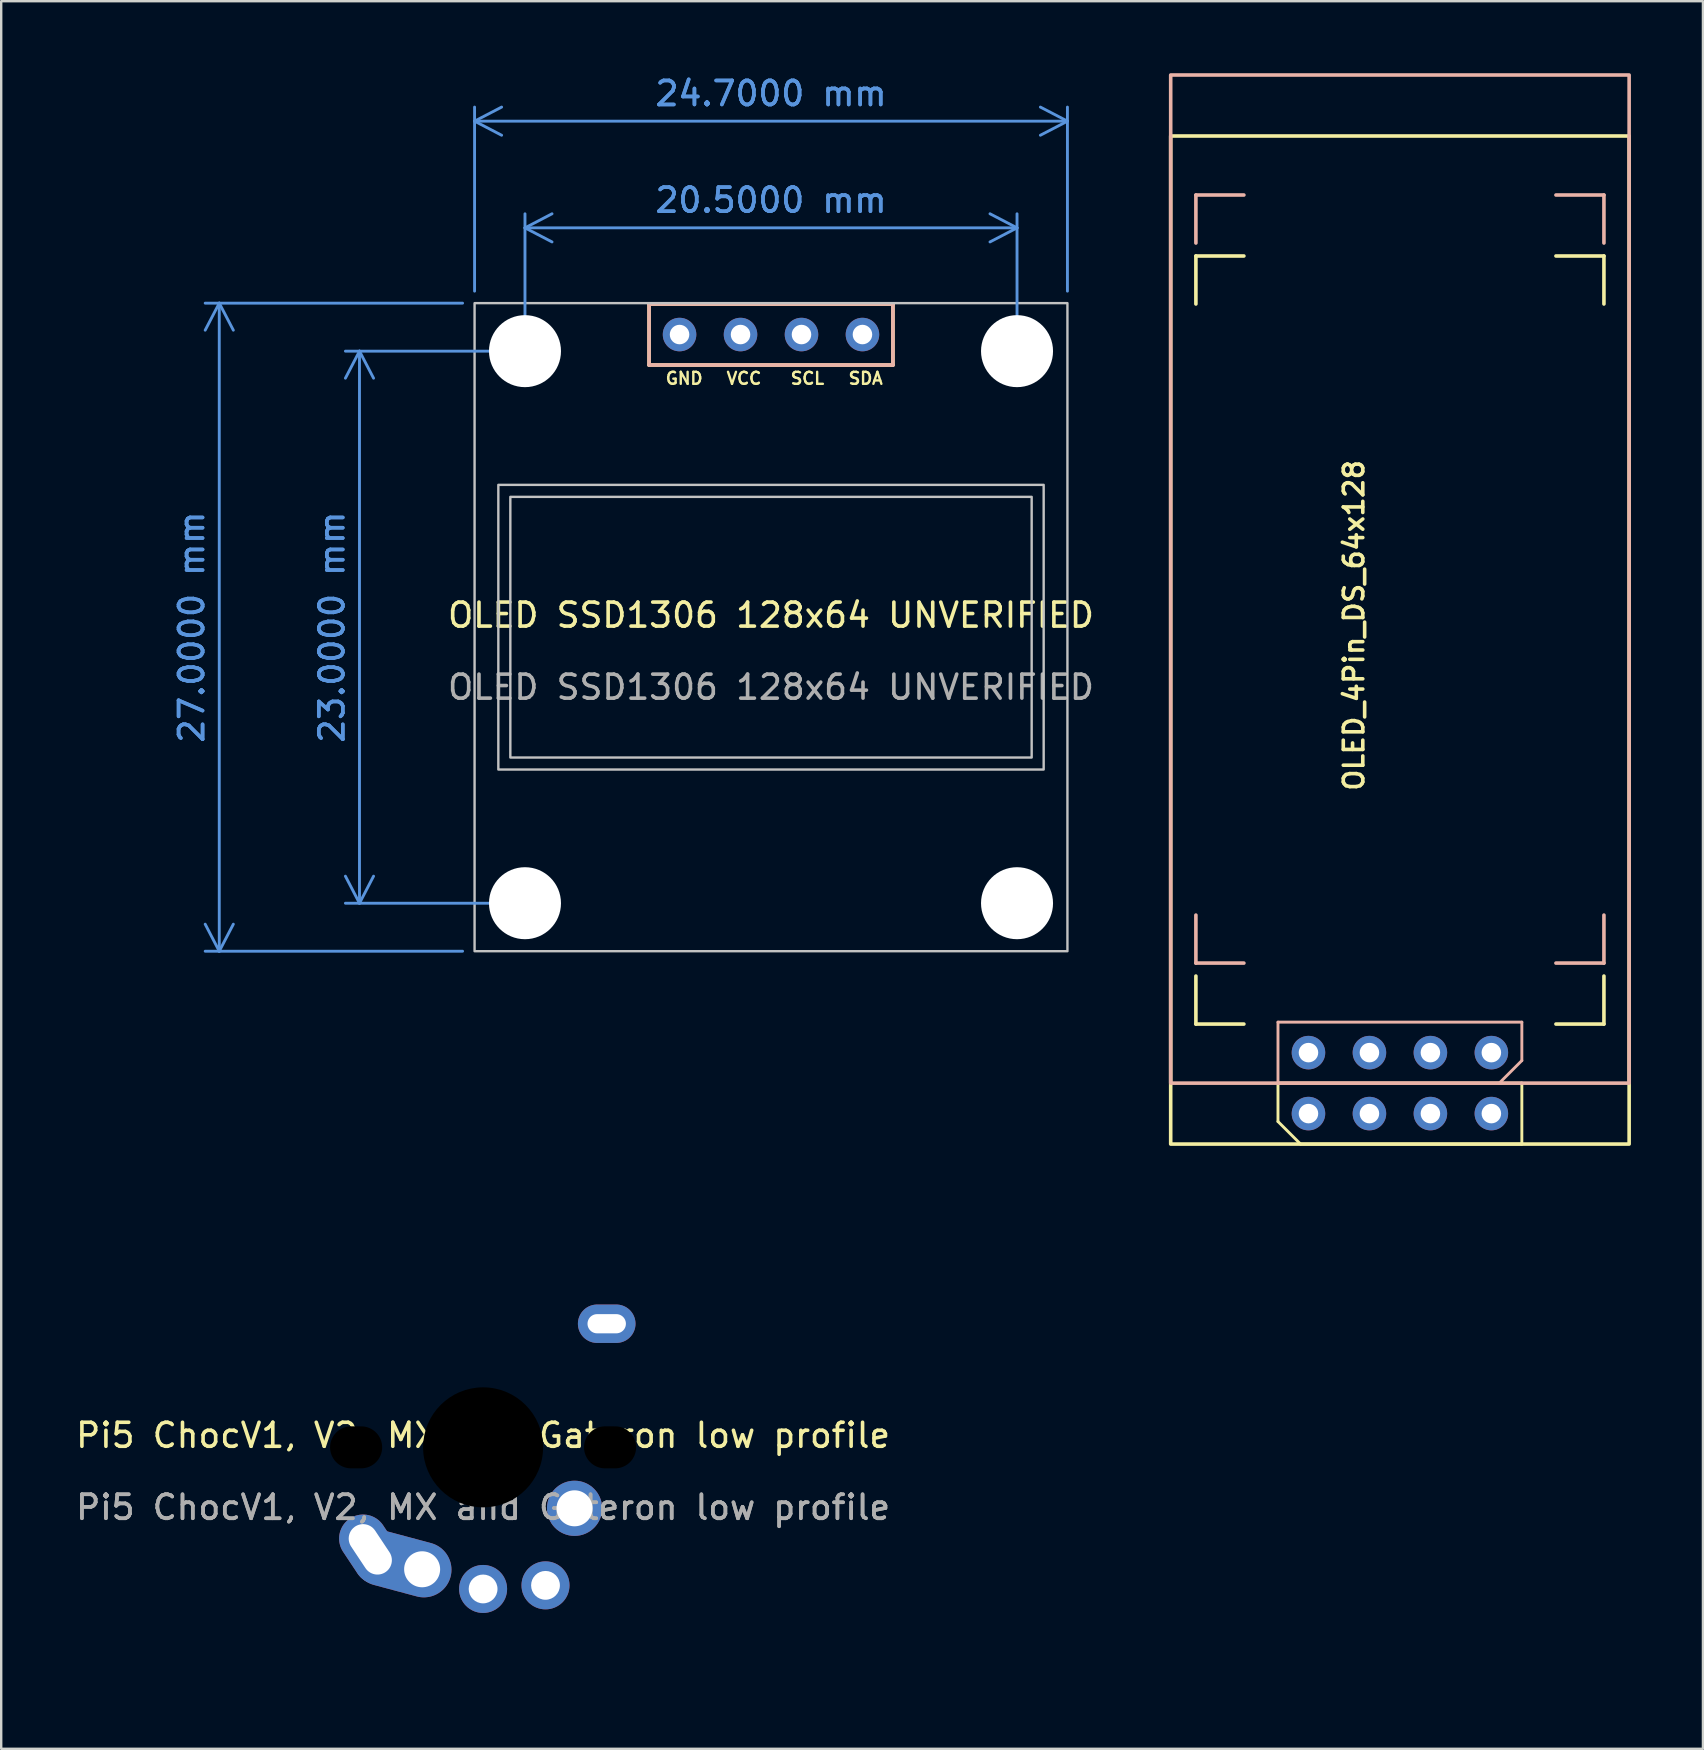
<source format=kicad_pcb>
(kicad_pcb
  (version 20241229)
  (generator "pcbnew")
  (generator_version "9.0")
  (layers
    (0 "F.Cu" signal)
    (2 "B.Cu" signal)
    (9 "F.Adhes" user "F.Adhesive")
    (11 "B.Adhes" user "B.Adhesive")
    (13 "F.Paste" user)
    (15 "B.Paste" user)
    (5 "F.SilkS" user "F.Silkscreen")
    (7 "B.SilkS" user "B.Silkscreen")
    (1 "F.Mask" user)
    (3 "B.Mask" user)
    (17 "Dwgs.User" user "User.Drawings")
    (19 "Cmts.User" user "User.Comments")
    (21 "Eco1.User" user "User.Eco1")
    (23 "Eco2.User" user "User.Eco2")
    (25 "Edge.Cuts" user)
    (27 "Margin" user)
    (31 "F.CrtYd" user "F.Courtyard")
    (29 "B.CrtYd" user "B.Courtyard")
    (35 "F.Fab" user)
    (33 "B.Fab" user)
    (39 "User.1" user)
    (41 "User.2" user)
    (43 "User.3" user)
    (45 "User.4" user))
  (footprint "OLED SSD1306 128x64 UNVERIFIED"
    (layer "F.Cu")
    (at 29.072 23.08)
    (property "Reference" "OLED SSD1306 128x64 UNVERIFIED" (at 0 -0.5 0) (unlocked yes) (layer "F.SilkS") (effects (font (size 1 1) (thickness 0.15))))
    (attr through_hole)
    (fp_line (start -5.08 -10.922) (end -5.08 -13.462) (stroke (width 0.15) (type solid)) (layer "F.SilkS"))
    (fp_line (start -5.08 -10.922) (end 5.08 -10.922) (stroke (width 0.15) (type solid)) (layer "F.SilkS"))
    (fp_line (start 5.08 -13.462) (end -5.08 -13.462) (stroke (width 0.15) (type solid)) (layer "F.SilkS"))
    (fp_line (start 5.08 -13.462) (end 5.08 -10.922) (stroke (width 0.15) (type solid)) (layer "F.SilkS"))
    (fp_line (start -5.08 -10.922) (end -5.08 -13.462) (stroke (width 0.15) (type solid)) (layer "B.SilkS"))
    (fp_line (start 5.08 -13.462) (end -5.08 -13.462) (stroke (width 0.15) (type solid)) (layer "B.SilkS"))
    (fp_line (start 5.08 -13.462) (end 5.08 -10.922) (stroke (width 0.15) (type solid)) (layer "B.SilkS"))
    (fp_line (start 5.08 -10.922) (end -5.08 -10.922) (stroke (width 0.15) (type solid)) (layer "B.SilkS"))
    (fp_rect (start -11.36 5.93) (end 11.36 -5.93) (stroke (width 0.1) (type solid)) (fill no) (layer "Dwgs.User"))
    (fp_rect (start -10.86 5.43) (end 10.86 -5.43) (stroke (width 0.1) (type solid)) (fill no) (layer "Dwgs.User"))
    (fp_rect (start 12.35 13.5) (end -12.35 -13.5) (stroke (width 0.1) (type solid)) (fill no) (layer "Dwgs.User"))
    (fp_text user "SDA" (at 3.175 -10.073 0) (unlocked yes) (layer "F.SilkS") (effects (font (size 0.5 0.5) (thickness 0.1)) (justify left bottom)))
    (fp_text user "GND" (at -4.445 -10.073 0) (unlocked yes) (layer "F.SilkS") (effects (font (size 0.5 0.5) (thickness 0.1)) (justify left bottom)))
    (fp_text user "VCC" (at -1.905 -10.073 0) (unlocked yes) (layer "F.SilkS") (effects (font (size 0.5 0.5) (thickness 0.1)) (justify left bottom)))
    (fp_text user "SCL" (at 0.762 -10.073 0) (unlocked yes) (layer "F.SilkS") (effects (font (size 0.5 0.5) (thickness 0.1)) (justify left bottom)))
    (fp_text user "${REFERENCE}" (at 0 2.5 0) (unlocked yes) (layer "F.Fab") (effects (font (size 1 1) (thickness 0.15))))
    (dimension (type aligned) (layer "Cmts.User") (pts (xy 18.822 11.58) (xy 39.322 11.58)) (height -5.137) (format (prefix "") (suffix "") (units 3) (units_format 1) (precision 4)) (style (thickness 0.12) (arrow_length 1.27) (text_position_mode 0) (arrow_direction outward) (extension_height 0.586) (extension_offset 0.5) (keep_text_aligned yes)) (gr_text "20.5000 mm" (at 29.072 5.293 0) (layer "Cmts.User") (effects (font (size 1 1) (thickness 0.15)))))
    (dimension (type aligned) (layer "Cmts.User") (pts (xy 16.722 9.58) (xy 41.422 9.58)) (height -7.582) (format (prefix "") (suffix "") (units 3) (units_format 1) (precision 4)) (style (thickness 0.12) (arrow_length 1.27) (text_position_mode 0) (arrow_direction outward) (extension_height 0.586) (extension_offset 0.5) (keep_text_aligned yes)) (gr_text "24.7000 mm" (at 29.072 0.848 0) (layer "Cmts.User") (effects (font (size 1 1) (thickness 0.15)))))
    (dimension (type aligned) (layer "Cmts.User") (pts (xy 18.822 11.58) (xy 18.822 34.58)) (height 6.895) (format (prefix "") (suffix "") (units 3) (units_format 1) (precision 4)) (style (thickness 0.12) (arrow_length 1.27) (text_position_mode 0) (arrow_direction outward) (extension_height 0.586) (extension_offset 0.5) (keep_text_aligned yes)) (gr_text "23.0000 mm" (at 10.777 23.08 90) (layer "Cmts.User") (effects (font (size 1 1) (thickness 0.15)))))
    (dimension (type aligned) (layer "Cmts.User") (pts (xy 16.722 36.58) (xy 16.722 9.58)) (height -10.637) (format (prefix "") (suffix "") (units 3) (units_format 1) (precision 4)) (style (thickness 0.12) (arrow_length 1.27) (text_position_mode 0) (arrow_direction outward) (extension_height 0.586) (extension_offset 0.5) (keep_text_aligned yes)) (gr_text "27.0000 mm" (at 4.935 23.08 90) (layer "Cmts.User") (effects (font (size 1 1) (thickness 0.15)))))
    (pad "" np_thru_hole circle (at -10.25 -11.5) (size 3 3) (drill 3) (layers "*.Cu" "*.Mask"))
    (pad "" np_thru_hole circle (at -10.25 11.5) (size 3 3) (drill 3) (layers "*.Cu" "*.Mask"))
    (pad "" np_thru_hole circle (at 10.25 -11.5) (size 3 3) (drill 3) (layers "*.Cu" "*.Mask"))
    (pad "" np_thru_hole circle (at 10.25 11.5) (size 3 3) (drill 3) (layers "*.Cu" "*.Mask"))
    (pad "1" thru_hole circle (at 3.81 -12.192) (size 1.397 1.397) (drill 0.813) (layers "*.Cu" "*.Mask"))
    (pad "2" thru_hole circle (at 1.27 -12.192) (size 1.397 1.397) (drill 0.813) (layers "*.Cu" "*.Mask"))
    (pad "3" thru_hole circle (at -1.27 -12.192) (size 1.397 1.397) (drill 0.813) (layers "*.Cu" "*.Mask"))
    (pad "4" thru_hole circle (at -3.81 -12.192) (size 1.397 1.397) (drill 0.813) (layers "*.Cu" "*.Mask")))
  (footprint "OLED_4Pin_DS_64x128"
    (layer "F.Cu")
    (at 55.274 21.075)
    (property "Reference" "OLED_4Pin_DS_64x128" (at -1.915 1.93 90) (layer "F.SilkS") (effects (font (size 0.813 0.813) (thickness 0.15))))
    (attr through_hole)
    (fp_line (start -8.5 -11.46) (end -8.5 -13.46) (stroke (width 0.15) (type default)) (layer "F.SilkS"))
    (fp_line (start -8.5 18.54) (end -8.5 16.54) (stroke (width 0.15) (type default)) (layer "F.SilkS"))
    (fp_line (start -6.5 -13.46) (end -8.5 -13.46) (stroke (width 0.15) (type default)) (layer "F.SilkS"))
    (fp_line (start -6.5 18.54) (end -8.5 18.54) (stroke (width 0.15) (type default)) (layer "F.SilkS"))
    (fp_line (start -5.08 21) (end 5.08 21) (stroke (width 0.12) (type default)) (layer "F.SilkS"))
    (fp_line (start -5.08 22.601) (end -5.08 21) (stroke (width 0.12) (type default)) (layer "F.SilkS"))
    (fp_line (start -5.08 22.601) (end -4.14 23.54) (stroke (width 0.12) (type default)) (layer "F.SilkS"))
    (fp_line (start 5.08 21) (end 5.08 23.54) (stroke (width 0.12) (type default)) (layer "F.SilkS"))
    (fp_line (start 5.08 23.54) (end -4.14 23.54) (stroke (width 0.12) (type default)) (layer "F.SilkS"))
    (fp_line (start 8.5 -13.46) (end 6.5 -13.46) (stroke (width 0.15) (type default)) (layer "F.SilkS"))
    (fp_line (start 8.5 -11.46) (end 8.5 -13.46) (stroke (width 0.15) (type default)) (layer "F.SilkS"))
    (fp_line (start 8.5 18.54) (end 6.5 18.54) (stroke (width 0.15) (type default)) (layer "F.SilkS"))
    (fp_line (start 8.5 18.54) (end 8.5 16.54) (stroke (width 0.15) (type default)) (layer "F.SilkS"))
    (fp_rect (start -9.55 -18.46) (end 9.55 23.54) (stroke (width 0.15) (type default)) (fill no) (layer "F.SilkS"))
    (fp_line (start -8.5 -16) (end -6.5 -16) (stroke (width 0.15) (type default)) (layer "B.SilkS"))
    (fp_line (start -8.5 -14) (end -8.5 -16) (stroke (width 0.15) (type default)) (layer "B.SilkS"))
    (fp_line (start -8.5 16) (end -8.5 14) (stroke (width 0.15) (type default)) (layer "B.SilkS"))
    (fp_line (start -8.5 16) (end -6.5 16) (stroke (width 0.15) (type default)) (layer "B.SilkS"))
    (fp_line (start -5.08 18.46) (end -5.08 21) (stroke (width 0.12) (type default)) (layer "B.SilkS"))
    (fp_line (start -5.08 21) (end 4.14 21) (stroke (width 0.12) (type default)) (layer "B.SilkS"))
    (fp_line (start 5.08 18.46) (end -5.08 18.46) (stroke (width 0.12) (type default)) (layer "B.SilkS"))
    (fp_line (start 5.08 20.061) (end 4.14 21) (stroke (width 0.12) (type default)) (layer "B.SilkS"))
    (fp_line (start 5.08 20.061) (end 5.08 18.46) (stroke (width 0.12) (type default)) (layer "B.SilkS"))
    (fp_line (start 6.5 -16) (end 8.5 -16) (stroke (width 0.15) (type default)) (layer "B.SilkS"))
    (fp_line (start 6.5 16) (end 8.5 16) (stroke (width 0.15) (type default)) (layer "B.SilkS"))
    (fp_line (start 8.5 -14) (end 8.5 -16) (stroke (width 0.15) (type default)) (layer "B.SilkS"))
    (fp_line (start 8.5 16) (end 8.5 14) (stroke (width 0.15) (type default)) (layer "B.SilkS"))
    (fp_rect (start 9.55 -21) (end -9.55 21) (stroke (width 0.15) (type default)) (fill no) (layer "B.SilkS"))
    (pad "1" thru_hole circle (at -3.81 22.27) (size 1.397 1.397) (drill 0.813) (layers "*.Cu" "B.Mask"))
    (pad "1" thru_hole circle (at 3.81 19.73) (size 1.397 1.397) (drill 0.813) (layers "*.Cu" "F.Mask"))
    (pad "2" thru_hole circle (at -1.27 22.27) (size 1.397 1.397) (drill 0.813) (layers "*.Cu" "B.Mask"))
    (pad "2" thru_hole circle (at 1.27 19.73) (size 1.397 1.397) (drill 0.813) (layers "*.Cu" "F.Mask"))
    (pad "3" thru_hole circle (at -1.27 19.73) (size 1.397 1.397) (drill 0.813) (layers "*.Cu" "F.Mask"))
    (pad "3" thru_hole circle (at 1.27 22.27) (size 1.397 1.397) (drill 0.813) (layers "*.Cu" "B.Mask"))
    (pad "4" thru_hole circle (at -3.81 19.73) (size 1.397 1.397) (drill 0.813) (layers "*.Cu" "F.Mask"))
    (pad "4" thru_hole circle (at 3.81 22.27) (size 1.397 1.397) (drill 0.813) (layers "*.Cu" "B.Mask")))
  (footprint "Pi5 ChocV1, V2, MX and Gateron low profile"
    (layer "F.Cu")
    (at 17.077 57.25)
    (property "Reference" "Pi5 ChocV1, V2, MX and Gateron low profile" (at 0 -0.5 0) (unlocked yes) (layer "F.SilkS") (effects (font (size 1 1) (thickness 0.15))))
    (attr smd)
    (fp_line (start -7.5 -7) (end -7 -7.5) (stroke (width 0.12) (type solid)) (layer "User.1"))
    (fp_line (start -7.5 7) (end -7.5 -7) (stroke (width 0.12) (type solid)) (layer "User.1"))
    (fp_line (start -7 -7.5) (end 7 -7.5) (stroke (width 0.12) (type solid)) (layer "User.1"))
    (fp_line (start -7 7.5) (end -7.5 7) (stroke (width 0.12) (type solid)) (layer "User.1"))
    (fp_line (start 7 -7.5) (end 7.5 -7) (stroke (width 0.12) (type solid)) (layer "User.1"))
    (fp_line (start 7 7.5) (end -7 7.5) (stroke (width 0.12) (type solid)) (layer "User.1"))
    (fp_line (start 7.5 -7) (end 7.5 7) (stroke (width 0.12) (type solid)) (layer "User.1"))
    (fp_line (start 7.5 7) (end 7 7.5) (stroke (width 0.12) (type solid)) (layer "User.1"))
    (fp_rect (start -9.5 -9.5) (end 9.5 9.5) (stroke (width 0.12) (type solid)) (fill no) (layer "User.1"))
    (fp_text user "${REFERENCE}" (at 0 2.5 0) (unlocked yes) (layer "F.Fab") (effects (font (size 1 1) (thickness 0.15))))
    (fp_text user "${REFERENCE}" (at 0 2.5 0) (unlocked yes) (layer "F.Fab") (effects (font (size 1 1) (thickness 0.15))))
    (pad "" np_thru_hole oval (at -5.29 0) (size 2.17 1.75) (drill oval 2.17 1.75) (layers "*.Mask"))
    (pad "" np_thru_hole circle (at 0 0) (size 5 5) (drill 5) (layers "*.Mask"))
    (pad "" thru_hole oval (at 5.15 -5.15) (size 2.4 1.6) (drill oval 1.6 0.8) (layers "*.Cu" "*.Mask"))
    (pad "" np_thru_hole oval (at 5.29 0) (size 2.17 1.75) (drill oval 2.17 1.75) (layers "*.Mask"))
    (pad "1" thru_hole oval (at -4.7 4.25 303.6) (size 3.082 2) (drill oval 2.282 1.2) (layers "*.Cu" "*.Mask"))
    (pad "1" thru_hole oval (at -2.54 5.08 345) (size 4.15 2.3) (drill 1.5 (offset -0.85 0)) (layers "*.Cu" "*.Mask"))
    (pad "2" thru_hole circle (at 0 5.9) (size 2 2) (drill 1.2) (layers "*.Cu" "*.Mask"))
    (pad "2" thru_hole circle (at 2.6 5.75) (size 2 2) (drill 1.2) (layers "*.Cu" "*.Mask"))
    (pad "2" thru_hole circle (at 3.81 2.54) (size 2.3 2.3) (drill 1.5) (layers "*.Cu" "*.Mask")))
  (gr_rect
    (start -3 -3)
    (end 67.899 69.81)
    (stroke (width 0.1) (type default))
    (fill no)
    (layer "Edge.Cuts")))
</source>
